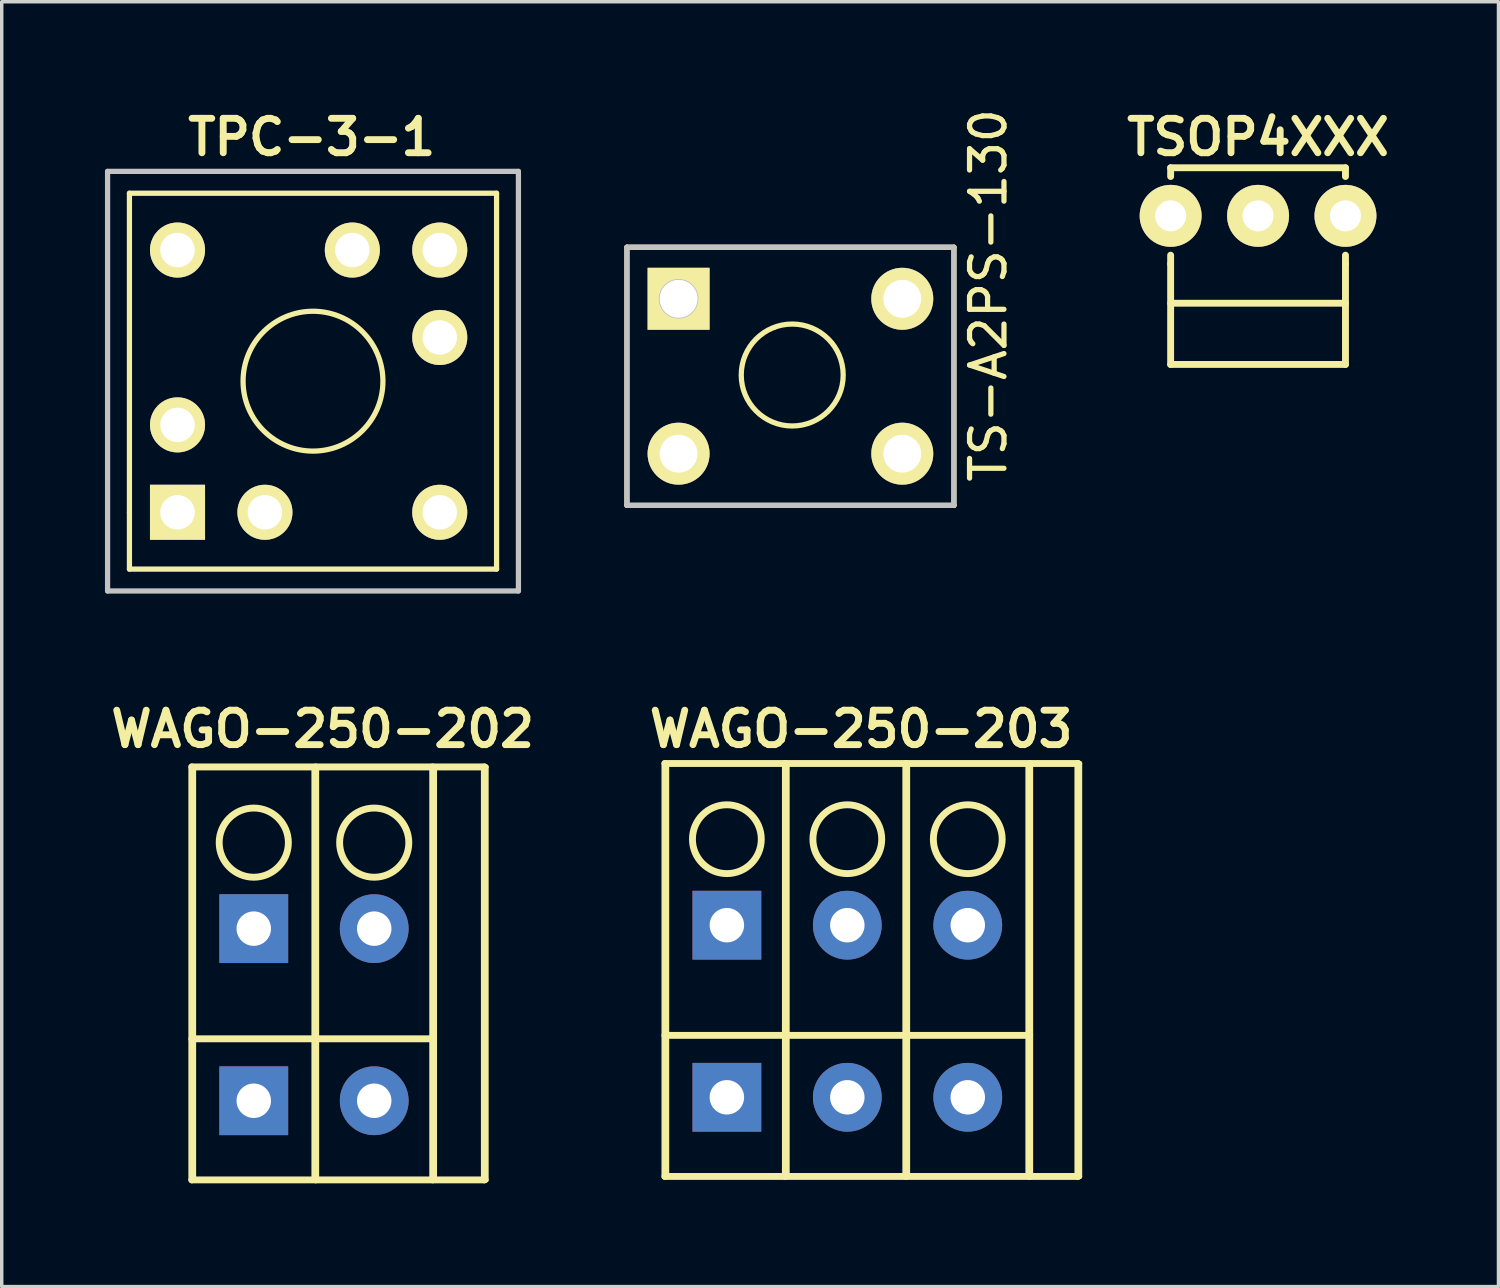
<source format=kicad_pcb>
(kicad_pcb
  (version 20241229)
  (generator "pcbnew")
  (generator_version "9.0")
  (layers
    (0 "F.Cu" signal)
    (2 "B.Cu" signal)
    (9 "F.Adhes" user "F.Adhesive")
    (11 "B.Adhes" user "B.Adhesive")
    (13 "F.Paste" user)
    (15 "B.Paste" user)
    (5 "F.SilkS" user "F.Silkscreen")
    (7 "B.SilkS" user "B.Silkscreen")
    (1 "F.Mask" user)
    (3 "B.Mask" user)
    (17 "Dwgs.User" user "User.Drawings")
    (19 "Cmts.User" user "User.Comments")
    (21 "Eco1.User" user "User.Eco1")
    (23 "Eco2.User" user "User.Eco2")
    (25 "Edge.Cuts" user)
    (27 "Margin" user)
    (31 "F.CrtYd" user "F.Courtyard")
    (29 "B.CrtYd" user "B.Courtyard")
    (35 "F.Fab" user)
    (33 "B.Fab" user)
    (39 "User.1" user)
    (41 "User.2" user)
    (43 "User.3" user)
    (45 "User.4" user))
  (footprint "TS-A2PS-130"
    (layer "F.Cu")
    (at 16.668 10.133)
    (property "Reference" "TS-A2PS-130" (at 9 -4.6 90) (layer "F.SilkS") (effects (font (size 1 1) (thickness 0.152))))
    (attr through_hole)
    (fp_line (start -1.501 -5.999) (end -1.501 1.501) (stroke (width 0.152) (type solid)) (layer "F.SilkS"))
    (fp_line (start -1.501 1.501) (end 8.001 1.501) (stroke (width 0.152) (type solid)) (layer "F.SilkS"))
    (fp_line (start 8.001 -5.999) (end -1.501 -5.999) (stroke (width 0.152) (type solid)) (layer "F.SilkS"))
    (fp_line (start 8.001 1.501) (end 8.001 -5.999) (stroke (width 0.152) (type solid)) (layer "F.SilkS"))
    (fp_circle (center 3.302 -2.286) (end 2.54 -3.556) (stroke (width 0.152) (type solid)) (fill no) (layer "F.SilkS"))
    (fp_line (start -1.501 -5.999) (end 8.001 -5.999) (stroke (width 0.152) (type solid)) (layer "Dwgs.User"))
    (fp_line (start -1.501 1.501) (end -1.501 -5.999) (stroke (width 0.152) (type solid)) (layer "Dwgs.User"))
    (fp_line (start 8.001 -5.999) (end 8.001 1.501) (stroke (width 0.152) (type solid)) (layer "Dwgs.User"))
    (fp_line (start 8.001 1.501) (end -1.501 1.501) (stroke (width 0.152) (type solid)) (layer "Dwgs.User"))
    (fp_circle (center 0 -4.501) (end 0.5 -4.501) (stroke (width 0.152) (type solid)) (fill no) (layer "Dwgs.User"))
    (pad "1" thru_hole rect (at 0 -4.501) (size 1.801 1.801) (drill 1.1) (layers "*.Cu" "*.Mask" "F.SilkS"))
    (pad "2" thru_hole circle (at 6.5 -4.501) (size 1.801 1.801) (drill 1.1) (layers "*.Cu" "*.Mask" "F.SilkS"))
    (pad "3" thru_hole circle (at 0 0) (size 1.801 1.801) (drill 1.1) (layers "*.Cu" "*.Mask" "F.SilkS"))
    (pad "4" thru_hole circle (at 6.5 0) (size 1.801 1.801) (drill 1.1) (layers "*.Cu" "*.Mask" "F.SilkS")))
  (footprint "WAGO-250-203"
    (layer "F.Cu")
    (at 18.071 28.835)
    (property "Reference" "WAGO-250-203" (at 3.9 -10.7 0) (layer "F.SilkS") (effects (font (size 1.001 1.001) (thickness 0.2))))
    (attr smd)
    (fp_line (start -1.8 -9.7) (end 10.2 -9.7) (stroke (width 0.2) (type solid)) (layer "F.SilkS"))
    (fp_line (start -1.8 -1.8) (end 8.8 -1.8) (stroke (width 0.2) (type solid)) (layer "F.SilkS"))
    (fp_line (start -1.8 2.3) (end -1.8 -9.7) (stroke (width 0.2) (type solid)) (layer "F.SilkS"))
    (fp_line (start -1.75 -9.7) (end 1.75 -9.7) (stroke (width 0.15) (type solid)) (layer "F.SilkS"))
    (fp_line (start -1.75 2.301) (end -1.75 -9.7) (stroke (width 0.15) (type solid)) (layer "F.SilkS"))
    (fp_line (start -1.75 2.301) (end 1.75 2.301) (stroke (width 0.15) (type solid)) (layer "F.SilkS"))
    (fp_line (start 1.7 -9.7) (end 1.7 2.3) (stroke (width 0.2) (type solid)) (layer "F.SilkS"))
    (fp_line (start 1.75 -9.7) (end 5.25 -9.7) (stroke (width 0.15) (type solid)) (layer "F.SilkS"))
    (fp_line (start 1.75 2.301) (end 1.75 -9.7) (stroke (width 0.15) (type solid)) (layer "F.SilkS"))
    (fp_line (start 1.75 2.301) (end 5.25 2.301) (stroke (width 0.15) (type solid)) (layer "F.SilkS"))
    (fp_line (start 5.2 -9.7) (end 5.2 2.3) (stroke (width 0.2) (type solid)) (layer "F.SilkS"))
    (fp_line (start 5.25 -9.7) (end 5.25 2.301) (stroke (width 0.15) (type solid)) (layer "F.SilkS"))
    (fp_line (start 5.25 -9.7) (end 8.75 -9.7) (stroke (width 0.15) (type solid)) (layer "F.SilkS"))
    (fp_line (start 5.25 2.301) (end 8.75 2.301) (stroke (width 0.15) (type solid)) (layer "F.SilkS"))
    (fp_line (start 8.75 -9.7) (end 8.75 2.301) (stroke (width 0.15) (type solid)) (layer "F.SilkS"))
    (fp_line (start 8.75 2.301) (end 10.249 2.301) (stroke (width 0.152) (type solid)) (layer "F.SilkS"))
    (fp_line (start 8.8 2.3) (end 8.8 -9.7) (stroke (width 0.2) (type solid)) (layer "F.SilkS"))
    (fp_line (start 10.2 -9.7) (end 10.2 2.3) (stroke (width 0.2) (type solid)) (layer "F.SilkS"))
    (fp_line (start 10.2 2.3) (end -1.8 2.3) (stroke (width 0.2) (type solid)) (layer "F.SilkS"))
    (fp_line (start 10.249 -9.7) (end 8.75 -9.7) (stroke (width 0.152) (type solid)) (layer "F.SilkS"))
    (fp_line (start 10.249 2.301) (end 10.249 -9.7) (stroke (width 0.152) (type solid)) (layer "F.SilkS"))
    (fp_circle (center 0 -7.5) (end 1 -7.5) (stroke (width 0.2) (type solid)) (fill no) (layer "F.SilkS"))
    (fp_circle (center 3.5 -7.5) (end 4.5 -7.5) (stroke (width 0.2) (type solid)) (fill no) (layer "F.SilkS"))
    (fp_circle (center 7 -7.5) (end 8 -7.5) (stroke (width 0.2) (type solid)) (fill no) (layer "F.SilkS"))
    (pad "1" thru_hole rect (at 0 -5.001) (size 1.999 1.999) (drill 1.001) (layers "*.Cu" "*.Mask"))
    (pad "1" thru_hole rect (at 0 0) (size 1.999 1.999) (drill 1.001) (layers "*.Cu" "*.Mask"))
    (pad "2" thru_hole circle (at 3.5 -5.001) (size 1.999 1.999) (drill 1.001) (layers "*.Cu" "*.Mask"))
    (pad "2" thru_hole circle (at 3.5 0) (size 1.999 1.999) (drill 1.001) (layers "*.Cu" "*.Mask"))
    (pad "3" thru_hole circle (at 7 -5.001) (size 1.999 1.999) (drill 1.001) (layers "*.Cu" "*.Mask"))
    (pad "3" thru_hole circle (at 7 0) (size 1.999 1.999) (drill 1.001) (layers "*.Cu" "*.Mask")))
  (footprint "TPC-3-1"
    (layer "F.Cu")
    (at 2.108 11.836)
    (property "Reference" "TPC-3-1" (at 3.9 -10.9 0) (layer "F.SilkS") (effects (font (size 1 1) (thickness 0.2))))
    (attr through_hole)
    (fp_line (start -1.397 -9.271) (end 9.271 -9.271) (stroke (width 0.152) (type solid)) (layer "F.SilkS"))
    (fp_line (start -1.397 0) (end -1.397 -9.271) (stroke (width 0.152) (type solid)) (layer "F.SilkS"))
    (fp_line (start -1.397 1.651) (end -1.397 0) (stroke (width 0.152) (type solid)) (layer "F.SilkS"))
    (fp_line (start 9.271 -9.271) (end 9.271 1.651) (stroke (width 0.152) (type solid)) (layer "F.SilkS"))
    (fp_line (start 9.271 1.651) (end -1.397 1.651) (stroke (width 0.152) (type solid)) (layer "F.SilkS"))
    (fp_circle (center 3.937 -3.81) (end 5.969 -3.81) (stroke (width 0.152) (type solid)) (fill no) (layer "F.SilkS"))
    (fp_line (start -2.032 -9.906) (end 9.906 -9.906) (stroke (width 0.152) (type solid)) (layer "Dwgs.User"))
    (fp_line (start -2.032 2.286) (end -2.032 -9.906) (stroke (width 0.152) (type solid)) (layer "Dwgs.User"))
    (fp_line (start 9.906 -9.906) (end 9.906 2.286) (stroke (width 0.152) (type solid)) (layer "Dwgs.User"))
    (fp_line (start 9.906 2.286) (end -2.032 2.286) (stroke (width 0.152) (type solid)) (layer "Dwgs.User"))
    (pad "1" thru_hole rect (at 0 0) (size 1.6 1.6) (drill 1.001) (layers "*.Cu" "*.Mask" "F.SilkS"))
    (pad "2" thru_hole circle (at 2.54 0) (size 1.6 1.6) (drill 1.001) (layers "*.Cu" "*.Mask" "F.SilkS"))
    (pad "3" thru_hole circle (at 7.62 -5.08) (size 1.6 1.6) (drill 1.001) (layers "*.Cu" "*.Mask" "F.SilkS"))
    (pad "4" thru_hole circle (at 7.62 -7.62) (size 1.6 1.6) (drill 1.001) (layers "*.Cu" "*.Mask" "F.SilkS"))
    (pad "5" thru_hole circle (at 5.08 -7.62) (size 1.6 1.6) (drill 1.001) (layers "*.Cu" "*.Mask" "F.SilkS"))
    (pad "6" thru_hole circle (at 0 -2.54) (size 1.6 1.6) (drill 1.001) (layers "*.Cu" "*.Mask" "F.SilkS"))
    (pad "7" thru_hole circle (at 7.62 0) (size 1.6 1.6) (drill 1.001) (layers "*.Cu" "*.Mask" "F.SilkS"))
    (pad "8" thru_hole circle (at 0 -7.62) (size 1.6 1.6) (drill 1.001) (layers "*.Cu" "*.Mask" "F.SilkS")))
  (footprint "WAGO-250-202"
    (layer "F.Cu")
    (at 4.324 28.935)
    (property "Reference" "WAGO-250-202" (at 2 -10.8 0) (layer "F.SilkS") (effects (font (size 1.001 1.001) (thickness 0.2))))
    (attr smd)
    (fp_line (start -1.8 -9.7) (end -1.8 2.3) (stroke (width 0.2) (type solid)) (layer "F.SilkS"))
    (fp_line (start -1.8 -1.8) (end 5.1 -1.8) (stroke (width 0.2) (type solid)) (layer "F.SilkS"))
    (fp_line (start -1.8 2.3) (end 6.7 2.3) (stroke (width 0.2) (type solid)) (layer "F.SilkS"))
    (fp_line (start -1.75 -9.7) (end 1.75 -9.7) (stroke (width 0.15) (type solid)) (layer "F.SilkS"))
    (fp_line (start -1.75 2.301) (end -1.75 -9.7) (stroke (width 0.15) (type solid)) (layer "F.SilkS"))
    (fp_line (start -1.75 2.301) (end 1.75 2.301) (stroke (width 0.15) (type solid)) (layer "F.SilkS"))
    (fp_line (start 1.75 -9.7) (end 5.25 -9.7) (stroke (width 0.15) (type solid)) (layer "F.SilkS"))
    (fp_line (start 1.75 2.301) (end 1.75 -9.7) (stroke (width 0.15) (type solid)) (layer "F.SilkS"))
    (fp_line (start 1.75 2.301) (end 5.25 2.301) (stroke (width 0.15) (type solid)) (layer "F.SilkS"))
    (fp_line (start 1.8 2.3) (end 1.8 -9.7) (stroke (width 0.2) (type solid)) (layer "F.SilkS"))
    (fp_line (start 5.2 2.3) (end 5.2 -9.7) (stroke (width 0.2) (type solid)) (layer "F.SilkS"))
    (fp_line (start 5.25 -9.7) (end 5.25 2.301) (stroke (width 0.15) (type solid)) (layer "F.SilkS"))
    (fp_line (start 5.25 2.301) (end 6.749 2.301) (stroke (width 0.152) (type solid)) (layer "F.SilkS"))
    (fp_line (start 6.7 -9.7) (end -1.8 -9.7) (stroke (width 0.2) (type solid)) (layer "F.SilkS"))
    (fp_line (start 6.7 2.3) (end 6.7 -9.7) (stroke (width 0.2) (type solid)) (layer "F.SilkS"))
    (fp_line (start 6.749 -9.7) (end 5.25 -9.7) (stroke (width 0.152) (type solid)) (layer "F.SilkS"))
    (fp_line (start 6.749 2.301) (end 6.749 -9.7) (stroke (width 0.152) (type solid)) (layer "F.SilkS"))
    (fp_circle (center 0 -7.5) (end 1 -7.4) (stroke (width 0.2) (type solid)) (fill no) (layer "F.SilkS"))
    (fp_circle (center 3.5 -7.5) (end 4.5 -7.4) (stroke (width 0.2) (type solid)) (fill no) (layer "F.SilkS"))
    (pad "1" thru_hole rect (at 0 -5.001) (size 1.999 1.999) (drill 1.001) (layers "*.Cu" "*.Mask"))
    (pad "1" thru_hole rect (at 0 0) (size 1.999 1.999) (drill 1.001) (layers "*.Cu" "*.Mask"))
    (pad "2" thru_hole circle (at 3.5 -5.001) (size 1.999 1.999) (drill 1.001) (layers "*.Cu" "*.Mask"))
    (pad "2" thru_hole circle (at 3.5 0) (size 1.999 1.999) (drill 1.001) (layers "*.Cu" "*.Mask")))
  (footprint "TSOP4XXX"
    (layer "F.Cu")
    (at 30.966 3.222)
    (property "Reference" "TSOP4XXX" (at 2.54 -2.286 0) (layer "F.SilkS") (effects (font (size 1 1) (thickness 0.2))))
    (attr through_hole)
    (fp_line (start 0 -1.397) (end 0 -1.143) (stroke (width 0.2) (type solid)) (layer "F.SilkS"))
    (fp_line (start 0 -1.397) (end 5.08 -1.397) (stroke (width 0.2) (type solid)) (layer "F.SilkS"))
    (fp_line (start 0 1.397) (end 0 1.143) (stroke (width 0.2) (type solid)) (layer "F.SilkS"))
    (fp_line (start 0 2.54) (end 5.08 2.54) (stroke (width 0.2) (type solid)) (layer "F.SilkS"))
    (fp_line (start 0 4.318) (end 0 1.397) (stroke (width 0.2) (type solid)) (layer "F.SilkS"))
    (fp_line (start 5.08 -1.397) (end 5.08 -1.143) (stroke (width 0.2) (type solid)) (layer "F.SilkS"))
    (fp_line (start 5.08 1.397) (end 5.08 1.143) (stroke (width 0.2) (type solid)) (layer "F.SilkS"))
    (fp_line (start 5.08 4.318) (end 0 4.318) (stroke (width 0.2) (type solid)) (layer "F.SilkS"))
    (fp_line (start 5.08 4.318) (end 5.08 1.397) (stroke (width 0.2) (type solid)) (layer "F.SilkS"))
    (pad "1" thru_hole circle (at 0 0) (size 1.8 1.8) (drill 0.9) (layers "*.Cu" "*.Mask" "F.SilkS"))
    (pad "2" thru_hole circle (at 2.54 0) (size 1.8 1.8) (drill 0.9) (layers "*.Cu" "*.Mask" "F.SilkS"))
    (pad "3" thru_hole circle (at 5.08 0) (size 1.8 1.8) (drill 0.9) (layers "*.Cu" "*.Mask" "F.SilkS")))
  (gr_rect
    (start -3 -3)
    (end 40.492 34.335)
    (stroke (width 0.1) (type default))
    (fill no)
    (layer "Edge.Cuts")))
</source>
